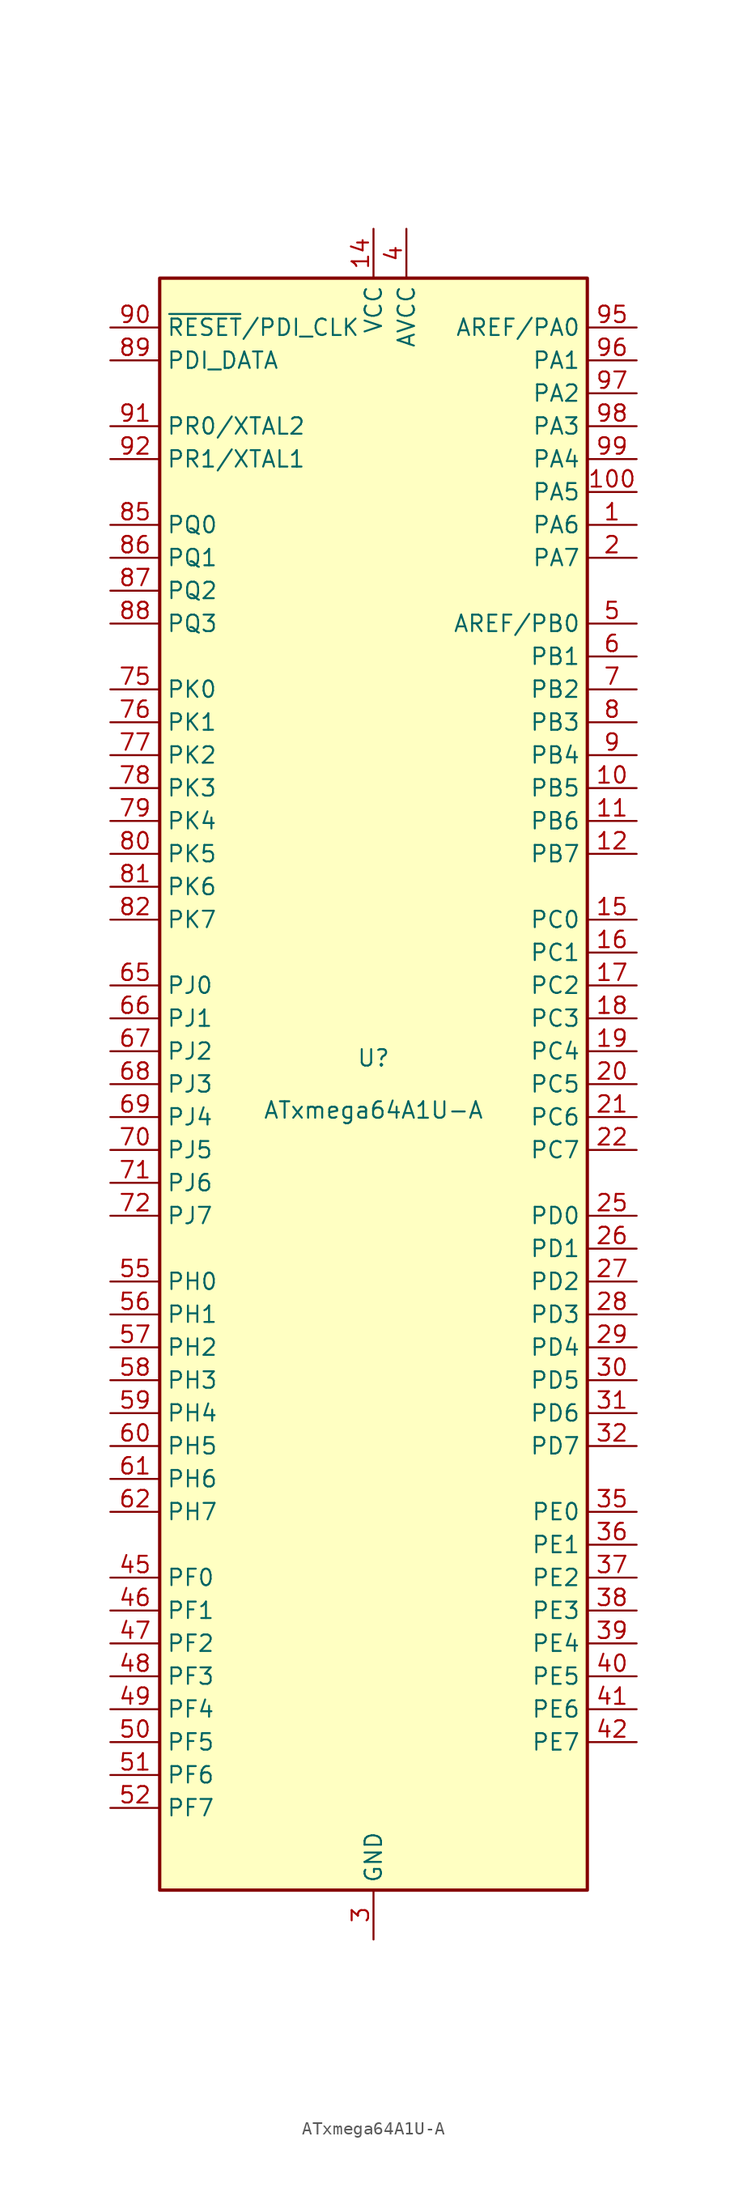
<source format=kicad_sym>
(kicad_symbol_lib
  (version 20201005)
  (generator kicad_symbol_editor)
  (symbol "MCU_Microchip_ATmega:ATxmega64A1U-A"
    (property "Reference" "U"
      (at 0 1.27 0)
      (effects (font (size 1.27 1.27)) (justify bottom)))
    (property "Value" "ATxmega64A1U-A"
      (at 0 -1.27 0)
      (effects (font (size 1.27 1.27)) (justify top)))
    (symbol "ATxmega64A1U-A_0_1"
      (rectangle (start -16.51 -62.23) (end 16.51 62.23) (stroke (width 0.254)) (fill (type background))))
    (symbol "ATxmega64A1U-A_1_1"
      (pin bidirectional line (at 20.32 43.18 180) (length 3.81) (name "PA6" (effects (font (size 1.27 1.27)))) (number "1" (effects (font (size 1.27 1.27)))))
      (pin bidirectional line (at 20.32 22.86 180) (length 3.81) (name "PB5" (effects (font (size 1.27 1.27)))) (number "10" (effects (font (size 1.27 1.27)))))
      (pin bidirectional line (at 20.32 45.72 180) (length 3.81) (name "PA5" (effects (font (size 1.27 1.27)))) (number "100" (effects (font (size 1.27 1.27)))))
      (pin bidirectional line (at 20.32 20.32 180) (length 3.81) (name "PB6" (effects (font (size 1.27 1.27)))) (number "11" (effects (font (size 1.27 1.27)))))
      (pin bidirectional line (at 20.32 17.78 180) (length 3.81) (name "PB7" (effects (font (size 1.27 1.27)))) (number "12" (effects (font (size 1.27 1.27)))))
      (pin passive line (at 0 -66.04 90) (length 3.81) hide (name "GND" (effects (font (size 1.27 1.27)))) (number "13" (effects (font (size 1.27 1.27)))))
      (pin power_in line (at 0 66.04 270) (length 3.81) (name "VCC" (effects (font (size 1.27 1.27)))) (number "14" (effects (font (size 1.27 1.27)))))
      (pin bidirectional line (at 20.32 12.7 180) (length 3.81) (name "PC0" (effects (font (size 1.27 1.27)))) (number "15" (effects (font (size 1.27 1.27)))))
      (pin bidirectional line (at 20.32 10.16 180) (length 3.81) (name "PC1" (effects (font (size 1.27 1.27)))) (number "16" (effects (font (size 1.27 1.27)))))
      (pin bidirectional line (at 20.32 7.62 180) (length 3.81) (name "PC2" (effects (font (size 1.27 1.27)))) (number "17" (effects (font (size 1.27 1.27)))))
      (pin bidirectional line (at 20.32 5.08 180) (length 3.81) (name "PC3" (effects (font (size 1.27 1.27)))) (number "18" (effects (font (size 1.27 1.27)))))
      (pin bidirectional line (at 20.32 2.54 180) (length 3.81) (name "PC4" (effects (font (size 1.27 1.27)))) (number "19" (effects (font (size 1.27 1.27)))))
      (pin bidirectional line (at 20.32 40.64 180) (length 3.81) (name "PA7" (effects (font (size 1.27 1.27)))) (number "2" (effects (font (size 1.27 1.27)))))
      (pin bidirectional line (at 20.32 0 180) (length 3.81) (name "PC5" (effects (font (size 1.27 1.27)))) (number "20" (effects (font (size 1.27 1.27)))))
      (pin bidirectional line (at 20.32 -2.54 180) (length 3.81) (name "PC6" (effects (font (size 1.27 1.27)))) (number "21" (effects (font (size 1.27 1.27)))))
      (pin bidirectional line (at 20.32 -5.08 180) (length 3.81) (name "PC7" (effects (font (size 1.27 1.27)))) (number "22" (effects (font (size 1.27 1.27)))))
      (pin passive line (at 0 -66.04 90) (length 3.81) hide (name "GND" (effects (font (size 1.27 1.27)))) (number "23" (effects (font (size 1.27 1.27)))))
      (pin passive line (at 0 66.04 270) (length 3.81) hide (name "VCC" (effects (font (size 1.27 1.27)))) (number "24" (effects (font (size 1.27 1.27)))))
      (pin bidirectional line (at 20.32 -10.16 180) (length 3.81) (name "PD0" (effects (font (size 1.27 1.27)))) (number "25" (effects (font (size 1.27 1.27)))))
      (pin bidirectional line (at 20.32 -12.7 180) (length 3.81) (name "PD1" (effects (font (size 1.27 1.27)))) (number "26" (effects (font (size 1.27 1.27)))))
      (pin bidirectional line (at 20.32 -15.24 180) (length 3.81) (name "PD2" (effects (font (size 1.27 1.27)))) (number "27" (effects (font (size 1.27 1.27)))))
      (pin bidirectional line (at 20.32 -17.78 180) (length 3.81) (name "PD3" (effects (font (size 1.27 1.27)))) (number "28" (effects (font (size 1.27 1.27)))))
      (pin bidirectional line (at 20.32 -20.32 180) (length 3.81) (name "PD4" (effects (font (size 1.27 1.27)))) (number "29" (effects (font (size 1.27 1.27)))))
      (pin power_in line (at 0 -66.04 90) (length 3.81) (name "GND" (effects (font (size 1.27 1.27)))) (number "3" (effects (font (size 1.27 1.27)))))
      (pin bidirectional line (at 20.32 -22.86 180) (length 3.81) (name "PD5" (effects (font (size 1.27 1.27)))) (number "30" (effects (font (size 1.27 1.27)))))
      (pin bidirectional line (at 20.32 -25.4 180) (length 3.81) (name "PD6" (effects (font (size 1.27 1.27)))) (number "31" (effects (font (size 1.27 1.27)))))
      (pin bidirectional line (at 20.32 -27.94 180) (length 3.81) (name "PD7" (effects (font (size 1.27 1.27)))) (number "32" (effects (font (size 1.27 1.27)))))
      (pin passive line (at 0 -66.04 90) (length 3.81) hide (name "GND" (effects (font (size 1.27 1.27)))) (number "33" (effects (font (size 1.27 1.27)))))
      (pin passive line (at 0 66.04 270) (length 3.81) hide (name "VCC" (effects (font (size 1.27 1.27)))) (number "34" (effects (font (size 1.27 1.27)))))
      (pin bidirectional line (at 20.32 -33.02 180) (length 3.81) (name "PE0" (effects (font (size 1.27 1.27)))) (number "35" (effects (font (size 1.27 1.27)))))
      (pin bidirectional line (at 20.32 -35.56 180) (length 3.81) (name "PE1" (effects (font (size 1.27 1.27)))) (number "36" (effects (font (size 1.27 1.27)))))
      (pin bidirectional line (at 20.32 -38.1 180) (length 3.81) (name "PE2" (effects (font (size 1.27 1.27)))) (number "37" (effects (font (size 1.27 1.27)))))
      (pin bidirectional line (at 20.32 -40.64 180) (length 3.81) (name "PE3" (effects (font (size 1.27 1.27)))) (number "38" (effects (font (size 1.27 1.27)))))
      (pin bidirectional line (at 20.32 -43.18 180) (length 3.81) (name "PE4" (effects (font (size 1.27 1.27)))) (number "39" (effects (font (size 1.27 1.27)))))
      (pin power_in line (at 2.54 66.04 270) (length 3.81) (name "AVCC" (effects (font (size 1.27 1.27)))) (number "4" (effects (font (size 1.27 1.27)))))
      (pin bidirectional line (at 20.32 -45.72 180) (length 3.81) (name "PE5" (effects (font (size 1.27 1.27)))) (number "40" (effects (font (size 1.27 1.27)))))
      (pin bidirectional line (at 20.32 -48.26 180) (length 3.81) (name "PE6" (effects (font (size 1.27 1.27)))) (number "41" (effects (font (size 1.27 1.27)))))
      (pin bidirectional line (at 20.32 -50.8 180) (length 3.81) (name "PE7" (effects (font (size 1.27 1.27)))) (number "42" (effects (font (size 1.27 1.27)))))
      (pin passive line (at 0 -66.04 90) (length 3.81) hide (name "GND" (effects (font (size 1.27 1.27)))) (number "43" (effects (font (size 1.27 1.27)))))
      (pin passive line (at 0 66.04 270) (length 3.81) hide (name "VCC" (effects (font (size 1.27 1.27)))) (number "44" (effects (font (size 1.27 1.27)))))
      (pin bidirectional line (at -20.32 -38.1 0) (length 3.81) (name "PF0" (effects (font (size 1.27 1.27)))) (number "45" (effects (font (size 1.27 1.27)))))
      (pin bidirectional line (at -20.32 -40.64 0) (length 3.81) (name "PF1" (effects (font (size 1.27 1.27)))) (number "46" (effects (font (size 1.27 1.27)))))
      (pin bidirectional line (at -20.32 -43.18 0) (length 3.81) (name "PF2" (effects (font (size 1.27 1.27)))) (number "47" (effects (font (size 1.27 1.27)))))
      (pin bidirectional line (at -20.32 -45.72 0) (length 3.81) (name "PF3" (effects (font (size 1.27 1.27)))) (number "48" (effects (font (size 1.27 1.27)))))
      (pin bidirectional line (at -20.32 -48.26 0) (length 3.81) (name "PF4" (effects (font (size 1.27 1.27)))) (number "49" (effects (font (size 1.27 1.27)))))
      (pin bidirectional line (at 20.32 35.56 180) (length 3.81) (name "AREF/PB0" (effects (font (size 1.27 1.27)))) (number "5" (effects (font (size 1.27 1.27)))))
      (pin bidirectional line (at -20.32 -50.8 0) (length 3.81) (name "PF5" (effects (font (size 1.27 1.27)))) (number "50" (effects (font (size 1.27 1.27)))))
      (pin bidirectional line (at -20.32 -53.34 0) (length 3.81) (name "PF6" (effects (font (size 1.27 1.27)))) (number "51" (effects (font (size 1.27 1.27)))))
      (pin bidirectional line (at -20.32 -55.88 0) (length 3.81) (name "PF7" (effects (font (size 1.27 1.27)))) (number "52" (effects (font (size 1.27 1.27)))))
      (pin passive line (at 0 -66.04 90) (length 3.81) hide (name "GND" (effects (font (size 1.27 1.27)))) (number "53" (effects (font (size 1.27 1.27)))))
      (pin passive line (at 0 66.04 270) (length 3.81) hide (name "VCC" (effects (font (size 1.27 1.27)))) (number "54" (effects (font (size 1.27 1.27)))))
      (pin bidirectional line (at -20.32 -15.24 0) (length 3.81) (name "PH0" (effects (font (size 1.27 1.27)))) (number "55" (effects (font (size 1.27 1.27)))))
      (pin bidirectional line (at -20.32 -17.78 0) (length 3.81) (name "PH1" (effects (font (size 1.27 1.27)))) (number "56" (effects (font (size 1.27 1.27)))))
      (pin bidirectional line (at -20.32 -20.32 0) (length 3.81) (name "PH2" (effects (font (size 1.27 1.27)))) (number "57" (effects (font (size 1.27 1.27)))))
      (pin bidirectional line (at -20.32 -22.86 0) (length 3.81) (name "PH3" (effects (font (size 1.27 1.27)))) (number "58" (effects (font (size 1.27 1.27)))))
      (pin bidirectional line (at -20.32 -25.4 0) (length 3.81) (name "PH4" (effects (font (size 1.27 1.27)))) (number "59" (effects (font (size 1.27 1.27)))))
      (pin bidirectional line (at 20.32 33.02 180) (length 3.81) (name "PB1" (effects (font (size 1.27 1.27)))) (number "6" (effects (font (size 1.27 1.27)))))
      (pin bidirectional line (at -20.32 -27.94 0) (length 3.81) (name "PH5" (effects (font (size 1.27 1.27)))) (number "60" (effects (font (size 1.27 1.27)))))
      (pin bidirectional line (at -20.32 -30.48 0) (length 3.81) (name "PH6" (effects (font (size 1.27 1.27)))) (number "61" (effects (font (size 1.27 1.27)))))
      (pin bidirectional line (at -20.32 -33.02 0) (length 3.81) (name "PH7" (effects (font (size 1.27 1.27)))) (number "62" (effects (font (size 1.27 1.27)))))
      (pin passive line (at 0 -66.04 90) (length 3.81) hide (name "GND" (effects (font (size 1.27 1.27)))) (number "63" (effects (font (size 1.27 1.27)))))
      (pin passive line (at 0 66.04 270) (length 3.81) hide (name "VCC" (effects (font (size 1.27 1.27)))) (number "64" (effects (font (size 1.27 1.27)))))
      (pin bidirectional line (at -20.32 7.62 0) (length 3.81) (name "PJ0" (effects (font (size 1.27 1.27)))) (number "65" (effects (font (size 1.27 1.27)))))
      (pin bidirectional line (at -20.32 5.08 0) (length 3.81) (name "PJ1" (effects (font (size 1.27 1.27)))) (number "66" (effects (font (size 1.27 1.27)))))
      (pin bidirectional line (at -20.32 2.54 0) (length 3.81) (name "PJ2" (effects (font (size 1.27 1.27)))) (number "67" (effects (font (size 1.27 1.27)))))
      (pin bidirectional line (at -20.32 0 0) (length 3.81) (name "PJ3" (effects (font (size 1.27 1.27)))) (number "68" (effects (font (size 1.27 1.27)))))
      (pin bidirectional line (at -20.32 -2.54 0) (length 3.81) (name "PJ4" (effects (font (size 1.27 1.27)))) (number "69" (effects (font (size 1.27 1.27)))))
      (pin bidirectional line (at 20.32 30.48 180) (length 3.81) (name "PB2" (effects (font (size 1.27 1.27)))) (number "7" (effects (font (size 1.27 1.27)))))
      (pin bidirectional line (at -20.32 -5.08 0) (length 3.81) (name "PJ5" (effects (font (size 1.27 1.27)))) (number "70" (effects (font (size 1.27 1.27)))))
      (pin bidirectional line (at -20.32 -7.62 0) (length 3.81) (name "PJ6" (effects (font (size 1.27 1.27)))) (number "71" (effects (font (size 1.27 1.27)))))
      (pin bidirectional line (at -20.32 -10.16 0) (length 3.81) (name "PJ7" (effects (font (size 1.27 1.27)))) (number "72" (effects (font (size 1.27 1.27)))))
      (pin passive line (at 0 -66.04 90) (length 3.81) hide (name "GND" (effects (font (size 1.27 1.27)))) (number "73" (effects (font (size 1.27 1.27)))))
      (pin passive line (at 0 66.04 270) (length 3.81) hide (name "VCC" (effects (font (size 1.27 1.27)))) (number "74" (effects (font (size 1.27 1.27)))))
      (pin bidirectional line (at -20.32 30.48 0) (length 3.81) (name "PK0" (effects (font (size 1.27 1.27)))) (number "75" (effects (font (size 1.27 1.27)))))
      (pin bidirectional line (at -20.32 27.94 0) (length 3.81) (name "PK1" (effects (font (size 1.27 1.27)))) (number "76" (effects (font (size 1.27 1.27)))))
      (pin bidirectional line (at -20.32 25.4 0) (length 3.81) (name "PK2" (effects (font (size 1.27 1.27)))) (number "77" (effects (font (size 1.27 1.27)))))
      (pin bidirectional line (at -20.32 22.86 0) (length 3.81) (name "PK3" (effects (font (size 1.27 1.27)))) (number "78" (effects (font (size 1.27 1.27)))))
      (pin bidirectional line (at -20.32 20.32 0) (length 3.81) (name "PK4" (effects (font (size 1.27 1.27)))) (number "79" (effects (font (size 1.27 1.27)))))
      (pin bidirectional line (at 20.32 27.94 180) (length 3.81) (name "PB3" (effects (font (size 1.27 1.27)))) (number "8" (effects (font (size 1.27 1.27)))))
      (pin bidirectional line (at -20.32 17.78 0) (length 3.81) (name "PK5" (effects (font (size 1.27 1.27)))) (number "80" (effects (font (size 1.27 1.27)))))
      (pin bidirectional line (at -20.32 15.24 0) (length 3.81) (name "PK6" (effects (font (size 1.27 1.27)))) (number "81" (effects (font (size 1.27 1.27)))))
      (pin bidirectional line (at -20.32 12.7 0) (length 3.81) (name "PK7" (effects (font (size 1.27 1.27)))) (number "82" (effects (font (size 1.27 1.27)))))
      (pin passive line (at 0 66.04 270) (length 3.81) hide (name "VCC" (effects (font (size 1.27 1.27)))) (number "83" (effects (font (size 1.27 1.27)))))
      (pin passive line (at 0 -66.04 90) (length 3.81) hide (name "GND" (effects (font (size 1.27 1.27)))) (number "84" (effects (font (size 1.27 1.27)))))
      (pin bidirectional line (at -20.32 43.18 0) (length 3.81) (name "PQ0" (effects (font (size 1.27 1.27)))) (number "85" (effects (font (size 1.27 1.27)))))
      (pin bidirectional line (at -20.32 40.64 0) (length 3.81) (name "PQ1" (effects (font (size 1.27 1.27)))) (number "86" (effects (font (size 1.27 1.27)))))
      (pin bidirectional line (at -20.32 38.1 0) (length 3.81) (name "PQ2" (effects (font (size 1.27 1.27)))) (number "87" (effects (font (size 1.27 1.27)))))
      (pin bidirectional line (at -20.32 35.56 0) (length 3.81) (name "PQ3" (effects (font (size 1.27 1.27)))) (number "88" (effects (font (size 1.27 1.27)))))
      (pin bidirectional line (at -20.32 55.88 0) (length 3.81) (name "PDI_DATA" (effects (font (size 1.27 1.27)))) (number "89" (effects (font (size 1.27 1.27)))))
      (pin bidirectional line (at 20.32 25.4 180) (length 3.81) (name "PB4" (effects (font (size 1.27 1.27)))) (number "9" (effects (font (size 1.27 1.27)))))
      (pin input line (at -20.32 58.42 0) (length 3.81) (name "~RESET~/PDI_CLK" (effects (font (size 1.27 1.27)))) (number "90" (effects (font (size 1.27 1.27)))))
      (pin bidirectional line (at -20.32 50.8 0) (length 3.81) (name "PR0/XTAL2" (effects (font (size 1.27 1.27)))) (number "91" (effects (font (size 1.27 1.27)))))
      (pin bidirectional line (at -20.32 48.26 0) (length 3.81) (name "PR1/XTAL1" (effects (font (size 1.27 1.27)))) (number "92" (effects (font (size 1.27 1.27)))))
      (pin passive line (at 0 -66.04 90) (length 3.81) hide (name "GND" (effects (font (size 1.27 1.27)))) (number "93" (effects (font (size 1.27 1.27)))))
      (pin passive line (at 2.54 66.04 270) (length 3.81) hide (name "AVCC" (effects (font (size 1.27 1.27)))) (number "94" (effects (font (size 1.27 1.27)))))
      (pin bidirectional line (at 20.32 58.42 180) (length 3.81) (name "AREF/PA0" (effects (font (size 1.27 1.27)))) (number "95" (effects (font (size 1.27 1.27)))))
      (pin bidirectional line (at 20.32 55.88 180) (length 3.81) (name "PA1" (effects (font (size 1.27 1.27)))) (number "96" (effects (font (size 1.27 1.27)))))
      (pin bidirectional line (at 20.32 53.34 180) (length 3.81) (name "PA2" (effects (font (size 1.27 1.27)))) (number "97" (effects (font (size 1.27 1.27)))))
      (pin bidirectional line (at 20.32 50.8 180) (length 3.81) (name "PA3" (effects (font (size 1.27 1.27)))) (number "98" (effects (font (size 1.27 1.27)))))
      (pin bidirectional line (at 20.32 48.26 180) (length 3.81) (name "PA4" (effects (font (size 1.27 1.27)))) (number "99" (effects (font (size 1.27 1.27))))))))
</source>
